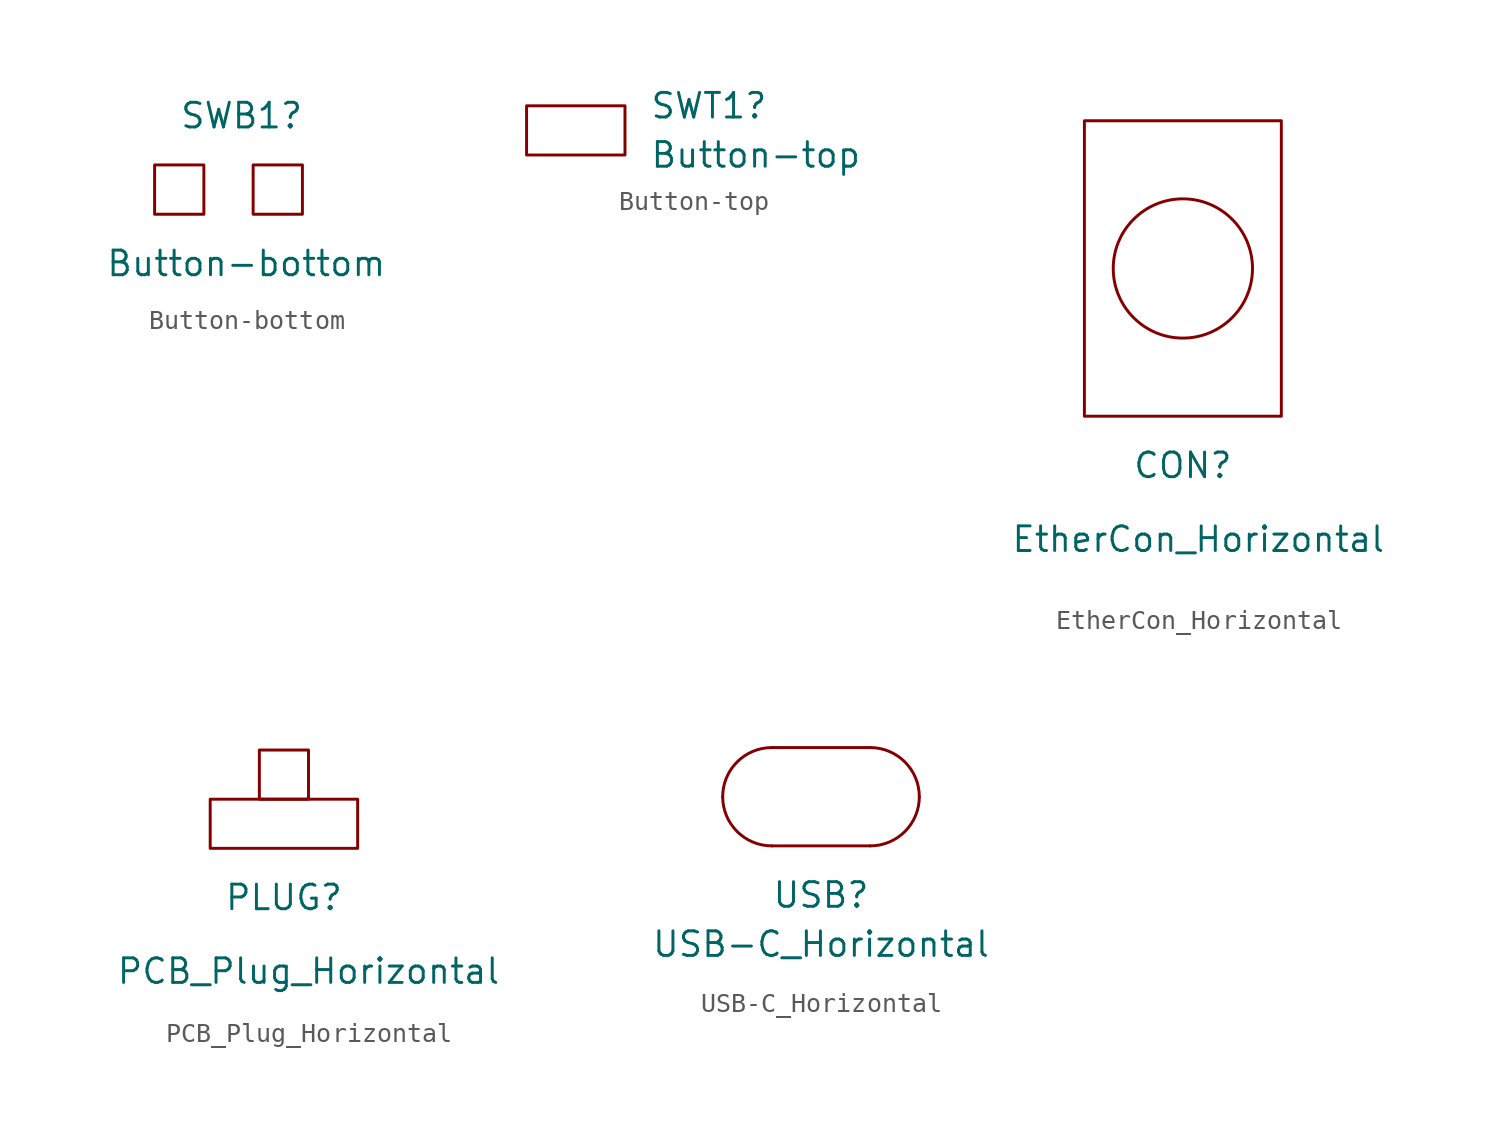
<source format=kicad_sym>
(kicad_symbol_lib
  (version 20220914)
  (generator kicad_symbol_editor)
  (symbol "Button-bottom"
    (property "Reference" "SWB1"
      (at -2.54 3.81 0)
      (effects (font (size 1.27 1.27)) (justify left)))
    (property "Value" "Button-bottom"
      (at -6.35 -3.81 0)
      (effects (font (size 1.27 1.27)) (justify left)))
    (symbol "Button-bottom_0_1"
      (rectangle (start -3.81 1.27) (end -1.27 -1.27) (stroke (width 0) (type default)) (fill (type none)))
      (rectangle (start 1.27 1.27) (end 3.81 -1.27) (stroke (width 0) (type default)) (fill (type none)))))
  (symbol "Button-top"
    (property "Reference" "SWT1"
      (at 3.81 1.27 0)
      (effects (font (size 1.27 1.27)) (justify left)))
    (property "Value" "Button-top"
      (at 3.81 -1.27 0)
      (effects (font (size 1.27 1.27)) (justify left)))
    (symbol "Button-top_0_1"
      (rectangle (start -2.54 1.27) (end 2.54 -1.27) (stroke (width 0) (type default)) (fill (type none)))))
  (symbol "EtherCon_Horizontal"
    (property "Reference" "CON"
      (at 0 -10.16 0)
      (effects (font (size 1.27 1.27))))
    (property "Value" "EtherCon_Horizontal"
      (at -8.89 -13.97 0)
      (effects (font (size 1.27 1.27)) (justify left)))
    (symbol "EtherCon_Horizontal_0_1"
      (rectangle (start -5.08 7.62) (end 5.08 -7.62) (stroke (width 0) (type default)) (fill (type none)))
      (circle (center 0 0) (radius 3.592) (stroke (width 0) (type default)) (fill (type none)))))
  (symbol "PCB_Plug_Horizontal"
    (property "Reference" "PLUG"
      (at 0 -5.08 0)
      (effects (font (size 1.27 1.27))))
    (property "Value" "PCB_Plug_Horizontal"
      (at 1.27 -8.89 0)
      (effects (font (size 1.27 1.27))))
    (symbol "PCB_Plug_Horizontal_0_1"
      (rectangle (start -3.81 0) (end 3.81 -2.54) (stroke (width 0) (type default)) (fill (type none)))
      (rectangle (start -1.27 2.54) (end 1.27 0) (stroke (width 0) (type default)) (fill (type none)))))
  (symbol "USB-C_Horizontal"
    (property "Reference" "USB"
      (at 0 -5.08 0)
      (effects (font (size 1.27 1.27))))
    (property "Value" "USB-C_Horizontal"
      (at 0 -7.62 0)
      (effects (font (size 1.27 1.27))))
    (symbol "USB-C_Horizontal_0_1"
      (arc (start -5.08 0) (mid -4.3361 -1.7961) (end -2.54 -2.54) (stroke (width 0) (type default)) (fill (type none)))
      (arc (start -2.54 2.54) (mid -4.3361 1.7961) (end -5.08 0) (stroke (width 0) (type default)) (fill (type none)))
      (polyline (pts (xy -2.54 -2.54) (xy 2.54 -2.54)) (stroke (width 0) (type default)) (fill (type none)))
      (polyline (pts (xy -2.54 2.54) (xy 2.54 2.54)) (stroke (width 0) (type default)) (fill (type none)))
      (arc (start 2.54 -2.54) (mid 4.3361 -1.7961) (end 5.08 0) (stroke (width 0) (type default)) (fill (type none)))
      (arc (start 5.08 0) (mid 4.3361 1.7961) (end 2.54 2.54) (stroke (width 0) (type default)) (fill (type none))))))
</source>
